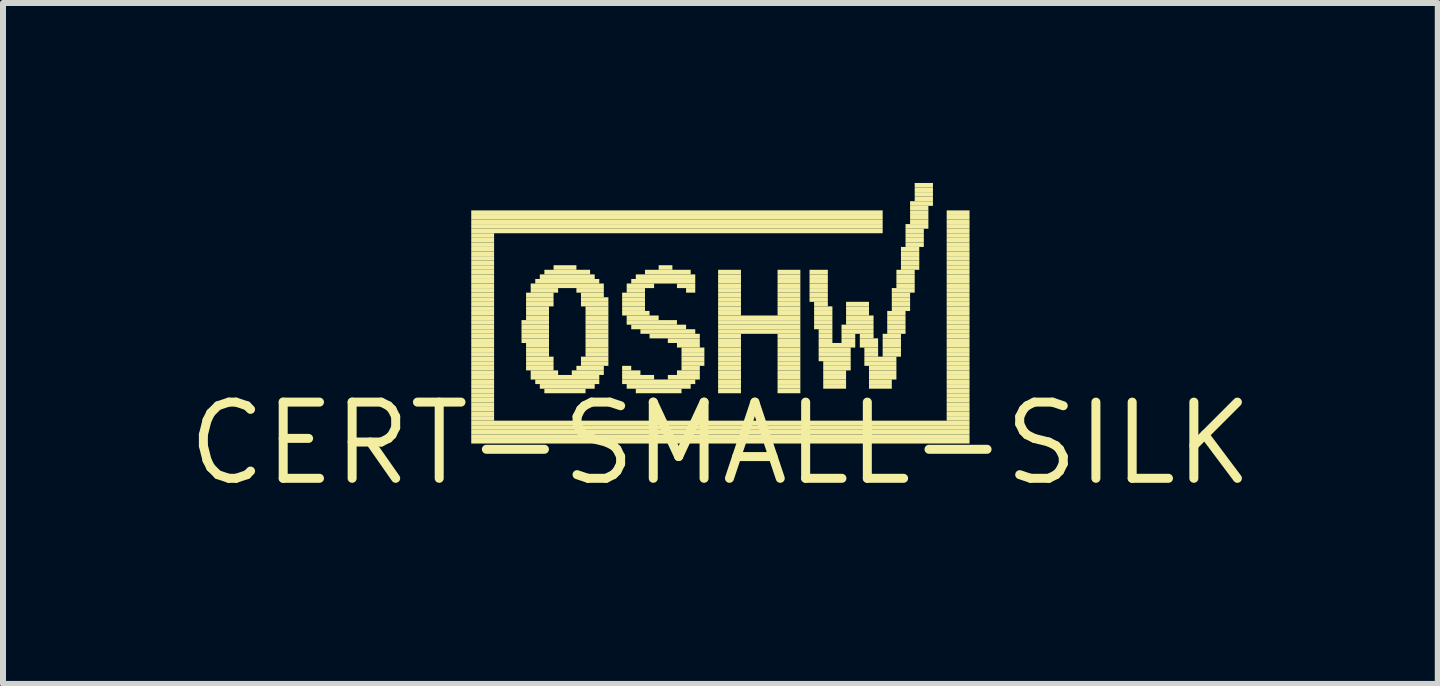
<source format=kicad_pcb>
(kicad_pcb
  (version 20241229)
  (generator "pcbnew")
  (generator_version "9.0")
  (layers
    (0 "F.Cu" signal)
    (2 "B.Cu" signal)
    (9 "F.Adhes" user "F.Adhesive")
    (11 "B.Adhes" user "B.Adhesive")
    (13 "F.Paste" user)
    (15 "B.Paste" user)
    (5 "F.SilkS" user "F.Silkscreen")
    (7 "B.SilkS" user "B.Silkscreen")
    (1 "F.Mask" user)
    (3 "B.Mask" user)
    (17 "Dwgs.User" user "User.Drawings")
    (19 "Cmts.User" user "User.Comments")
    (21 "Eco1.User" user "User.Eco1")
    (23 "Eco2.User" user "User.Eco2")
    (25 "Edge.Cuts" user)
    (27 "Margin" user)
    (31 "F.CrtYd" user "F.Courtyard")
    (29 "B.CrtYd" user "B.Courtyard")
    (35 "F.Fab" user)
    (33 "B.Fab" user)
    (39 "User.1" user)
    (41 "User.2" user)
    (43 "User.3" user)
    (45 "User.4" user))
  (footprint "CERT-SMALL-SILK"
    (layer "F.Cu")
    (at 8.958 4.343)
    (property "Reference" "CERT-SMALL-SILK" (at 0 0 0) (layer "F.SilkS") (effects (font (size 1.27 1.27) (thickness 0.15))))
    (attr through_hole)
    (fp_poly (pts (xy -4.153 -3.81) (xy 2.705 -3.81) (xy 2.705 -3.886) (xy -4.153 -3.886)) (stroke (width 0) (type solid)) (fill yes) (layer "F.SilkS"))
    (fp_poly (pts (xy -4.153 -3.734) (xy 2.705 -3.734) (xy 2.705 -3.81) (xy -4.153 -3.81)) (stroke (width 0) (type solid)) (fill yes) (layer "F.SilkS"))
    (fp_poly (pts (xy -4.153 -3.658) (xy 2.705 -3.658) (xy 2.705 -3.734) (xy -4.153 -3.734)) (stroke (width 0) (type solid)) (fill yes) (layer "F.SilkS"))
    (fp_poly (pts (xy -4.153 -3.581) (xy 2.705 -3.581) (xy 2.705 -3.658) (xy -4.153 -3.658)) (stroke (width 0) (type solid)) (fill yes) (layer "F.SilkS"))
    (fp_poly (pts (xy -4.153 -3.505) (xy 2.705 -3.505) (xy 2.705 -3.581) (xy -4.153 -3.581)) (stroke (width 0) (type solid)) (fill yes) (layer "F.SilkS"))
    (fp_poly (pts (xy -4.153 -3.429) (xy -3.772 -3.429) (xy -3.772 -3.505) (xy -4.153 -3.505)) (stroke (width 0) (type solid)) (fill yes) (layer "F.SilkS"))
    (fp_poly (pts (xy -4.153 -3.353) (xy -3.772 -3.353) (xy -3.772 -3.429) (xy -4.153 -3.429)) (stroke (width 0) (type solid)) (fill yes) (layer "F.SilkS"))
    (fp_poly (pts (xy -4.153 -3.277) (xy -3.772 -3.277) (xy -3.772 -3.353) (xy -4.153 -3.353)) (stroke (width 0) (type solid)) (fill yes) (layer "F.SilkS"))
    (fp_poly (pts (xy -4.153 -3.2) (xy -3.772 -3.2) (xy -3.772 -3.277) (xy -4.153 -3.277)) (stroke (width 0) (type solid)) (fill yes) (layer "F.SilkS"))
    (fp_poly (pts (xy -4.153 -3.124) (xy -3.772 -3.124) (xy -3.772 -3.2) (xy -4.153 -3.2)) (stroke (width 0) (type solid)) (fill yes) (layer "F.SilkS"))
    (fp_poly (pts (xy -4.153 -3.048) (xy -3.772 -3.048) (xy -3.772 -3.124) (xy -4.153 -3.124)) (stroke (width 0) (type solid)) (fill yes) (layer "F.SilkS"))
    (fp_poly (pts (xy -4.153 -2.972) (xy -3.772 -2.972) (xy -3.772 -3.048) (xy -4.153 -3.048)) (stroke (width 0) (type solid)) (fill yes) (layer "F.SilkS"))
    (fp_poly (pts (xy -4.153 -2.896) (xy -3.772 -2.896) (xy -3.772 -2.972) (xy -4.153 -2.972)) (stroke (width 0) (type solid)) (fill yes) (layer "F.SilkS"))
    (fp_poly (pts (xy -4.153 -2.819) (xy -3.772 -2.819) (xy -3.772 -2.896) (xy -4.153 -2.896)) (stroke (width 0) (type solid)) (fill yes) (layer "F.SilkS"))
    (fp_poly (pts (xy -4.153 -2.743) (xy -3.772 -2.743) (xy -3.772 -2.819) (xy -4.153 -2.819)) (stroke (width 0) (type solid)) (fill yes) (layer "F.SilkS"))
    (fp_poly (pts (xy -4.153 -2.667) (xy -3.772 -2.667) (xy -3.772 -2.743) (xy -4.153 -2.743)) (stroke (width 0) (type solid)) (fill yes) (layer "F.SilkS"))
    (fp_poly (pts (xy -4.153 -2.591) (xy -3.772 -2.591) (xy -3.772 -2.667) (xy -4.153 -2.667)) (stroke (width 0) (type solid)) (fill yes) (layer "F.SilkS"))
    (fp_poly (pts (xy -4.153 -2.515) (xy -3.772 -2.515) (xy -3.772 -2.591) (xy -4.153 -2.591)) (stroke (width 0) (type solid)) (fill yes) (layer "F.SilkS"))
    (fp_poly (pts (xy -4.153 -2.438) (xy -3.772 -2.438) (xy -3.772 -2.515) (xy -4.153 -2.515)) (stroke (width 0) (type solid)) (fill yes) (layer "F.SilkS"))
    (fp_poly (pts (xy -4.153 -2.362) (xy -3.772 -2.362) (xy -3.772 -2.438) (xy -4.153 -2.438)) (stroke (width 0) (type solid)) (fill yes) (layer "F.SilkS"))
    (fp_poly (pts (xy -4.153 -2.286) (xy -3.772 -2.286) (xy -3.772 -2.362) (xy -4.153 -2.362)) (stroke (width 0) (type solid)) (fill yes) (layer "F.SilkS"))
    (fp_poly (pts (xy -4.153 -2.21) (xy -3.772 -2.21) (xy -3.772 -2.286) (xy -4.153 -2.286)) (stroke (width 0) (type solid)) (fill yes) (layer "F.SilkS"))
    (fp_poly (pts (xy -4.153 -2.134) (xy -3.772 -2.134) (xy -3.772 -2.21) (xy -4.153 -2.21)) (stroke (width 0) (type solid)) (fill yes) (layer "F.SilkS"))
    (fp_poly (pts (xy -4.153 -2.057) (xy -3.772 -2.057) (xy -3.772 -2.134) (xy -4.153 -2.134)) (stroke (width 0) (type solid)) (fill yes) (layer "F.SilkS"))
    (fp_poly (pts (xy -4.153 -1.981) (xy -3.772 -1.981) (xy -3.772 -2.057) (xy -4.153 -2.057)) (stroke (width 0) (type solid)) (fill yes) (layer "F.SilkS"))
    (fp_poly (pts (xy -4.153 -1.905) (xy -3.772 -1.905) (xy -3.772 -1.981) (xy -4.153 -1.981)) (stroke (width 0) (type solid)) (fill yes) (layer "F.SilkS"))
    (fp_poly (pts (xy -4.153 -1.829) (xy -3.772 -1.829) (xy -3.772 -1.905) (xy -4.153 -1.905)) (stroke (width 0) (type solid)) (fill yes) (layer "F.SilkS"))
    (fp_poly (pts (xy -4.153 -1.753) (xy -3.772 -1.753) (xy -3.772 -1.829) (xy -4.153 -1.829)) (stroke (width 0) (type solid)) (fill yes) (layer "F.SilkS"))
    (fp_poly (pts (xy -4.153 -1.676) (xy -3.772 -1.676) (xy -3.772 -1.753) (xy -4.153 -1.753)) (stroke (width 0) (type solid)) (fill yes) (layer "F.SilkS"))
    (fp_poly (pts (xy -4.153 -1.6) (xy -3.772 -1.6) (xy -3.772 -1.676) (xy -4.153 -1.676)) (stroke (width 0) (type solid)) (fill yes) (layer "F.SilkS"))
    (fp_poly (pts (xy -4.153 -1.524) (xy -3.772 -1.524) (xy -3.772 -1.6) (xy -4.153 -1.6)) (stroke (width 0) (type solid)) (fill yes) (layer "F.SilkS"))
    (fp_poly (pts (xy -4.153 -1.448) (xy -3.772 -1.448) (xy -3.772 -1.524) (xy -4.153 -1.524)) (stroke (width 0) (type solid)) (fill yes) (layer "F.SilkS"))
    (fp_poly (pts (xy -4.153 -1.372) (xy -3.772 -1.372) (xy -3.772 -1.448) (xy -4.153 -1.448)) (stroke (width 0) (type solid)) (fill yes) (layer "F.SilkS"))
    (fp_poly (pts (xy -4.153 -1.295) (xy -3.772 -1.295) (xy -3.772 -1.372) (xy -4.153 -1.372)) (stroke (width 0) (type solid)) (fill yes) (layer "F.SilkS"))
    (fp_poly (pts (xy -4.153 -1.219) (xy -3.772 -1.219) (xy -3.772 -1.295) (xy -4.153 -1.295)) (stroke (width 0) (type solid)) (fill yes) (layer "F.SilkS"))
    (fp_poly (pts (xy -4.153 -1.143) (xy -3.772 -1.143) (xy -3.772 -1.219) (xy -4.153 -1.219)) (stroke (width 0) (type solid)) (fill yes) (layer "F.SilkS"))
    (fp_poly (pts (xy -4.153 -1.067) (xy -3.772 -1.067) (xy -3.772 -1.143) (xy -4.153 -1.143)) (stroke (width 0) (type solid)) (fill yes) (layer "F.SilkS"))
    (fp_poly (pts (xy -4.153 -0.991) (xy -3.772 -0.991) (xy -3.772 -1.067) (xy -4.153 -1.067)) (stroke (width 0) (type solid)) (fill yes) (layer "F.SilkS"))
    (fp_poly (pts (xy -4.153 -0.914) (xy -3.772 -0.914) (xy -3.772 -0.991) (xy -4.153 -0.991)) (stroke (width 0) (type solid)) (fill yes) (layer "F.SilkS"))
    (fp_poly (pts (xy -4.153 -0.838) (xy -3.772 -0.838) (xy -3.772 -0.914) (xy -4.153 -0.914)) (stroke (width 0) (type solid)) (fill yes) (layer "F.SilkS"))
    (fp_poly (pts (xy -4.153 -0.762) (xy -3.772 -0.762) (xy -3.772 -0.838) (xy -4.153 -0.838)) (stroke (width 0) (type solid)) (fill yes) (layer "F.SilkS"))
    (fp_poly (pts (xy -4.153 -0.686) (xy -3.772 -0.686) (xy -3.772 -0.762) (xy -4.153 -0.762)) (stroke (width 0) (type solid)) (fill yes) (layer "F.SilkS"))
    (fp_poly (pts (xy -4.153 -0.61) (xy -3.772 -0.61) (xy -3.772 -0.686) (xy -4.153 -0.686)) (stroke (width 0) (type solid)) (fill yes) (layer "F.SilkS"))
    (fp_poly (pts (xy -4.153 -0.533) (xy -3.772 -0.533) (xy -3.772 -0.61) (xy -4.153 -0.61)) (stroke (width 0) (type solid)) (fill yes) (layer "F.SilkS"))
    (fp_poly (pts (xy -4.153 -0.457) (xy -3.772 -0.457) (xy -3.772 -0.533) (xy -4.153 -0.533)) (stroke (width 0) (type solid)) (fill yes) (layer "F.SilkS"))
    (fp_poly (pts (xy -4.153 -0.381) (xy -3.772 -0.381) (xy -3.772 -0.457) (xy -4.153 -0.457)) (stroke (width 0) (type solid)) (fill yes) (layer "F.SilkS"))
    (fp_poly (pts (xy -4.153 -0.305) (xy 4.153 -0.305) (xy 4.153 -0.381) (xy -4.153 -0.381)) (stroke (width 0) (type solid)) (fill yes) (layer "F.SilkS"))
    (fp_poly (pts (xy -4.153 -0.229) (xy 4.153 -0.229) (xy 4.153 -0.305) (xy -4.153 -0.305)) (stroke (width 0) (type solid)) (fill yes) (layer "F.SilkS"))
    (fp_poly (pts (xy -4.153 -0.152) (xy 4.153 -0.152) (xy 4.153 -0.229) (xy -4.153 -0.229)) (stroke (width 0) (type solid)) (fill yes) (layer "F.SilkS"))
    (fp_poly (pts (xy -4.153 -0.076) (xy 4.153 -0.076) (xy 4.153 -0.152) (xy -4.153 -0.152)) (stroke (width 0) (type solid)) (fill yes) (layer "F.SilkS"))
    (fp_poly (pts (xy -4.153 0) (xy 4.153 0) (xy 4.153 -0.076) (xy -4.153 -0.076)) (stroke (width 0) (type solid)) (fill yes) (layer "F.SilkS"))
    (fp_poly (pts (xy -3.315 -1.981) (xy -2.857 -1.981) (xy -2.857 -2.057) (xy -3.315 -2.057)) (stroke (width 0) (type solid)) (fill yes) (layer "F.SilkS"))
    (fp_poly (pts (xy -3.315 -1.905) (xy -2.857 -1.905) (xy -2.857 -1.981) (xy -3.315 -1.981)) (stroke (width 0) (type solid)) (fill yes) (layer "F.SilkS"))
    (fp_poly (pts (xy -3.315 -1.829) (xy -2.857 -1.829) (xy -2.857 -1.905) (xy -3.315 -1.905)) (stroke (width 0) (type solid)) (fill yes) (layer "F.SilkS"))
    (fp_poly (pts (xy -3.315 -1.753) (xy -2.857 -1.753) (xy -2.857 -1.829) (xy -3.315 -1.829)) (stroke (width 0) (type solid)) (fill yes) (layer "F.SilkS"))
    (fp_poly (pts (xy -3.315 -1.676) (xy -2.857 -1.676) (xy -2.857 -1.753) (xy -3.315 -1.753)) (stroke (width 0) (type solid)) (fill yes) (layer "F.SilkS"))
    (fp_poly (pts (xy -3.239 -2.438) (xy -2.781 -2.438) (xy -2.781 -2.515) (xy -3.239 -2.515)) (stroke (width 0) (type solid)) (fill yes) (layer "F.SilkS"))
    (fp_poly (pts (xy -3.239 -2.362) (xy -2.781 -2.362) (xy -2.781 -2.438) (xy -3.239 -2.438)) (stroke (width 0) (type solid)) (fill yes) (layer "F.SilkS"))
    (fp_poly (pts (xy -3.239 -2.286) (xy -2.781 -2.286) (xy -2.781 -2.362) (xy -3.239 -2.362)) (stroke (width 0) (type solid)) (fill yes) (layer "F.SilkS"))
    (fp_poly (pts (xy -3.239 -2.21) (xy -2.857 -2.21) (xy -2.857 -2.286) (xy -3.239 -2.286)) (stroke (width 0) (type solid)) (fill yes) (layer "F.SilkS"))
    (fp_poly (pts (xy -3.239 -2.134) (xy -2.857 -2.134) (xy -2.857 -2.21) (xy -3.239 -2.21)) (stroke (width 0) (type solid)) (fill yes) (layer "F.SilkS"))
    (fp_poly (pts (xy -3.239 -2.057) (xy -2.857 -2.057) (xy -2.857 -2.134) (xy -3.239 -2.134)) (stroke (width 0) (type solid)) (fill yes) (layer "F.SilkS"))
    (fp_poly (pts (xy -3.239 -1.6) (xy -2.857 -1.6) (xy -2.857 -1.676) (xy -3.239 -1.676)) (stroke (width 0) (type solid)) (fill yes) (layer "F.SilkS"))
    (fp_poly (pts (xy -3.239 -1.524) (xy -2.857 -1.524) (xy -2.857 -1.6) (xy -3.239 -1.6)) (stroke (width 0) (type solid)) (fill yes) (layer "F.SilkS"))
    (fp_poly (pts (xy -3.239 -1.448) (xy -2.857 -1.448) (xy -2.857 -1.524) (xy -3.239 -1.524)) (stroke (width 0) (type solid)) (fill yes) (layer "F.SilkS"))
    (fp_poly (pts (xy -3.239 -1.372) (xy -2.781 -1.372) (xy -2.781 -1.448) (xy -3.239 -1.448)) (stroke (width 0) (type solid)) (fill yes) (layer "F.SilkS"))
    (fp_poly (pts (xy -3.239 -1.295) (xy -2.781 -1.295) (xy -2.781 -1.372) (xy -3.239 -1.372)) (stroke (width 0) (type solid)) (fill yes) (layer "F.SilkS"))
    (fp_poly (pts (xy -3.239 -1.219) (xy -2.781 -1.219) (xy -2.781 -1.295) (xy -3.239 -1.295)) (stroke (width 0) (type solid)) (fill yes) (layer "F.SilkS"))
    (fp_poly (pts (xy -3.162 -2.591) (xy -1.943 -2.591) (xy -1.943 -2.667) (xy -3.162 -2.667)) (stroke (width 0) (type solid)) (fill yes) (layer "F.SilkS"))
    (fp_poly (pts (xy -3.162 -2.515) (xy -2.705 -2.515) (xy -2.705 -2.591) (xy -3.162 -2.591)) (stroke (width 0) (type solid)) (fill yes) (layer "F.SilkS"))
    (fp_poly (pts (xy -3.162 -1.143) (xy -2.705 -1.143) (xy -2.705 -1.219) (xy -3.162 -1.219)) (stroke (width 0) (type solid)) (fill yes) (layer "F.SilkS"))
    (fp_poly (pts (xy -3.162 -1.067) (xy -2.019 -1.067) (xy -2.019 -1.143) (xy -3.162 -1.143)) (stroke (width 0) (type solid)) (fill yes) (layer "F.SilkS"))
    (fp_poly (pts (xy -3.086 -2.667) (xy -2.019 -2.667) (xy -2.019 -2.743) (xy -3.086 -2.743)) (stroke (width 0) (type solid)) (fill yes) (layer "F.SilkS"))
    (fp_poly (pts (xy -3.086 -0.991) (xy -2.019 -0.991) (xy -2.019 -1.067) (xy -3.086 -1.067)) (stroke (width 0) (type solid)) (fill yes) (layer "F.SilkS"))
    (fp_poly (pts (xy -3.01 -2.743) (xy -2.095 -2.743) (xy -2.095 -2.819) (xy -3.01 -2.819)) (stroke (width 0) (type solid)) (fill yes) (layer "F.SilkS"))
    (fp_poly (pts (xy -3.01 -0.914) (xy -2.095 -0.914) (xy -2.095 -0.991) (xy -3.01 -0.991)) (stroke (width 0) (type solid)) (fill yes) (layer "F.SilkS"))
    (fp_poly (pts (xy -2.934 -2.819) (xy -2.172 -2.819) (xy -2.172 -2.896) (xy -2.934 -2.896)) (stroke (width 0) (type solid)) (fill yes) (layer "F.SilkS"))
    (fp_poly (pts (xy -2.934 -0.838) (xy -2.248 -0.838) (xy -2.248 -0.914) (xy -2.934 -0.914)) (stroke (width 0) (type solid)) (fill yes) (layer "F.SilkS"))
    (fp_poly (pts (xy -2.781 -2.896) (xy -2.4 -2.896) (xy -2.4 -2.972) (xy -2.781 -2.972)) (stroke (width 0) (type solid)) (fill yes) (layer "F.SilkS"))
    (fp_poly (pts (xy -2.477 -1.143) (xy -1.943 -1.143) (xy -1.943 -1.219) (xy -2.477 -1.219)) (stroke (width 0) (type solid)) (fill yes) (layer "F.SilkS"))
    (fp_poly (pts (xy -2.4 -2.515) (xy -1.943 -2.515) (xy -1.943 -2.591) (xy -2.4 -2.591)) (stroke (width 0) (type solid)) (fill yes) (layer "F.SilkS"))
    (fp_poly (pts (xy -2.4 -1.219) (xy -1.943 -1.219) (xy -1.943 -1.295) (xy -2.4 -1.295)) (stroke (width 0) (type solid)) (fill yes) (layer "F.SilkS"))
    (fp_poly (pts (xy -2.324 -2.438) (xy -1.943 -2.438) (xy -1.943 -2.515) (xy -2.324 -2.515)) (stroke (width 0) (type solid)) (fill yes) (layer "F.SilkS"))
    (fp_poly (pts (xy -2.324 -2.362) (xy -1.867 -2.362) (xy -1.867 -2.438) (xy -2.324 -2.438)) (stroke (width 0) (type solid)) (fill yes) (layer "F.SilkS"))
    (fp_poly (pts (xy -2.324 -2.286) (xy -1.867 -2.286) (xy -1.867 -2.362) (xy -2.324 -2.362)) (stroke (width 0) (type solid)) (fill yes) (layer "F.SilkS"))
    (fp_poly (pts (xy -2.324 -1.372) (xy -1.867 -1.372) (xy -1.867 -1.448) (xy -2.324 -1.448)) (stroke (width 0) (type solid)) (fill yes) (layer "F.SilkS"))
    (fp_poly (pts (xy -2.324 -1.295) (xy -1.867 -1.295) (xy -1.867 -1.372) (xy -2.324 -1.372)) (stroke (width 0) (type solid)) (fill yes) (layer "F.SilkS"))
    (fp_poly (pts (xy -2.248 -2.21) (xy -1.867 -2.21) (xy -1.867 -2.286) (xy -2.248 -2.286)) (stroke (width 0) (type solid)) (fill yes) (layer "F.SilkS"))
    (fp_poly (pts (xy -2.248 -2.134) (xy -1.867 -2.134) (xy -1.867 -2.21) (xy -2.248 -2.21)) (stroke (width 0) (type solid)) (fill yes) (layer "F.SilkS"))
    (fp_poly (pts (xy -2.248 -2.057) (xy -1.867 -2.057) (xy -1.867 -2.134) (xy -2.248 -2.134)) (stroke (width 0) (type solid)) (fill yes) (layer "F.SilkS"))
    (fp_poly (pts (xy -2.248 -1.981) (xy -1.867 -1.981) (xy -1.867 -2.057) (xy -2.248 -2.057)) (stroke (width 0) (type solid)) (fill yes) (layer "F.SilkS"))
    (fp_poly (pts (xy -2.248 -1.905) (xy -1.867 -1.905) (xy -1.867 -1.981) (xy -2.248 -1.981)) (stroke (width 0) (type solid)) (fill yes) (layer "F.SilkS"))
    (fp_poly (pts (xy -2.248 -1.829) (xy -1.867 -1.829) (xy -1.867 -1.905) (xy -2.248 -1.905)) (stroke (width 0) (type solid)) (fill yes) (layer "F.SilkS"))
    (fp_poly (pts (xy -2.248 -1.753) (xy -1.867 -1.753) (xy -1.867 -1.829) (xy -2.248 -1.829)) (stroke (width 0) (type solid)) (fill yes) (layer "F.SilkS"))
    (fp_poly (pts (xy -2.248 -1.676) (xy -1.867 -1.676) (xy -1.867 -1.753) (xy -2.248 -1.753)) (stroke (width 0) (type solid)) (fill yes) (layer "F.SilkS"))
    (fp_poly (pts (xy -2.248 -1.6) (xy -1.867 -1.6) (xy -1.867 -1.676) (xy -2.248 -1.676)) (stroke (width 0) (type solid)) (fill yes) (layer "F.SilkS"))
    (fp_poly (pts (xy -2.248 -1.524) (xy -1.867 -1.524) (xy -1.867 -1.6) (xy -2.248 -1.6)) (stroke (width 0) (type solid)) (fill yes) (layer "F.SilkS"))
    (fp_poly (pts (xy -2.248 -1.448) (xy -1.867 -1.448) (xy -1.867 -1.524) (xy -2.248 -1.524)) (stroke (width 0) (type solid)) (fill yes) (layer "F.SilkS"))
    (fp_poly (pts (xy -1.638 -2.438) (xy -1.257 -2.438) (xy -1.257 -2.515) (xy -1.638 -2.515)) (stroke (width 0) (type solid)) (fill yes) (layer "F.SilkS"))
    (fp_poly (pts (xy -1.638 -2.362) (xy -1.257 -2.362) (xy -1.257 -2.438) (xy -1.638 -2.438)) (stroke (width 0) (type solid)) (fill yes) (layer "F.SilkS"))
    (fp_poly (pts (xy -1.638 -2.286) (xy -1.257 -2.286) (xy -1.257 -2.362) (xy -1.638 -2.362)) (stroke (width 0) (type solid)) (fill yes) (layer "F.SilkS"))
    (fp_poly (pts (xy -1.638 -2.21) (xy -1.257 -2.21) (xy -1.257 -2.286) (xy -1.638 -2.286)) (stroke (width 0) (type solid)) (fill yes) (layer "F.SilkS"))
    (fp_poly (pts (xy -1.638 -2.134) (xy -1.181 -2.134) (xy -1.181 -2.21) (xy -1.638 -2.21)) (stroke (width 0) (type solid)) (fill yes) (layer "F.SilkS"))
    (fp_poly (pts (xy -1.638 -1.219) (xy -1.486 -1.219) (xy -1.486 -1.295) (xy -1.638 -1.295)) (stroke (width 0) (type solid)) (fill yes) (layer "F.SilkS"))
    (fp_poly (pts (xy -1.638 -1.143) (xy -1.333 -1.143) (xy -1.333 -1.219) (xy -1.638 -1.219)) (stroke (width 0) (type solid)) (fill yes) (layer "F.SilkS"))
    (fp_poly (pts (xy -1.638 -1.067) (xy -1.105 -1.067) (xy -1.105 -1.143) (xy -1.638 -1.143)) (stroke (width 0) (type solid)) (fill yes) (layer "F.SilkS"))
    (fp_poly (pts (xy -1.638 -0.991) (xy -0.419 -0.991) (xy -0.419 -1.067) (xy -1.638 -1.067)) (stroke (width 0) (type solid)) (fill yes) (layer "F.SilkS"))
    (fp_poly (pts (xy -1.562 -2.591) (xy -1.105 -2.591) (xy -1.105 -2.667) (xy -1.562 -2.667)) (stroke (width 0) (type solid)) (fill yes) (layer "F.SilkS"))
    (fp_poly (pts (xy -1.562 -2.515) (xy -1.257 -2.515) (xy -1.257 -2.591) (xy -1.562 -2.591)) (stroke (width 0) (type solid)) (fill yes) (layer "F.SilkS"))
    (fp_poly (pts (xy -1.562 -2.057) (xy -1.029 -2.057) (xy -1.029 -2.134) (xy -1.562 -2.134)) (stroke (width 0) (type solid)) (fill yes) (layer "F.SilkS"))
    (fp_poly (pts (xy -1.562 -1.981) (xy -0.724 -1.981) (xy -0.724 -2.057) (xy -1.562 -2.057)) (stroke (width 0) (type solid)) (fill yes) (layer "F.SilkS"))
    (fp_poly (pts (xy -1.562 -0.914) (xy -0.495 -0.914) (xy -0.495 -0.991) (xy -1.562 -0.991)) (stroke (width 0) (type solid)) (fill yes) (layer "F.SilkS"))
    (fp_poly (pts (xy -1.486 -2.667) (xy -0.419 -2.667) (xy -0.419 -2.743) (xy -1.486 -2.743)) (stroke (width 0) (type solid)) (fill yes) (layer "F.SilkS"))
    (fp_poly (pts (xy -1.486 -1.905) (xy -0.572 -1.905) (xy -0.572 -1.981) (xy -1.486 -1.981)) (stroke (width 0) (type solid)) (fill yes) (layer "F.SilkS"))
    (fp_poly (pts (xy -1.41 -2.743) (xy -0.419 -2.743) (xy -0.419 -2.819) (xy -1.41 -2.819)) (stroke (width 0) (type solid)) (fill yes) (layer "F.SilkS"))
    (fp_poly (pts (xy -1.41 -0.838) (xy -0.648 -0.838) (xy -0.648 -0.914) (xy -1.41 -0.914)) (stroke (width 0) (type solid)) (fill yes) (layer "F.SilkS"))
    (fp_poly (pts (xy -1.333 -1.829) (xy -0.419 -1.829) (xy -0.419 -1.905) (xy -1.333 -1.905)) (stroke (width 0) (type solid)) (fill yes) (layer "F.SilkS"))
    (fp_poly (pts (xy -1.257 -2.819) (xy -0.495 -2.819) (xy -0.495 -2.896) (xy -1.257 -2.896)) (stroke (width 0) (type solid)) (fill yes) (layer "F.SilkS"))
    (fp_poly (pts (xy -1.181 -1.753) (xy -0.343 -1.753) (xy -0.343 -1.829) (xy -1.181 -1.829)) (stroke (width 0) (type solid)) (fill yes) (layer "F.SilkS"))
    (fp_poly (pts (xy -1.029 -2.896) (xy -0.8 -2.896) (xy -0.8 -2.972) (xy -1.029 -2.972)) (stroke (width 0) (type solid)) (fill yes) (layer "F.SilkS"))
    (fp_poly (pts (xy -0.876 -1.676) (xy -0.343 -1.676) (xy -0.343 -1.753) (xy -0.876 -1.753)) (stroke (width 0) (type solid)) (fill yes) (layer "F.SilkS"))
    (fp_poly (pts (xy -0.876 -1.067) (xy -0.343 -1.067) (xy -0.343 -1.143) (xy -0.876 -1.143)) (stroke (width 0) (type solid)) (fill yes) (layer "F.SilkS"))
    (fp_poly (pts (xy -0.724 -2.591) (xy -0.419 -2.591) (xy -0.419 -2.667) (xy -0.724 -2.667)) (stroke (width 0) (type solid)) (fill yes) (layer "F.SilkS"))
    (fp_poly (pts (xy -0.724 -1.6) (xy -0.343 -1.6) (xy -0.343 -1.676) (xy -0.724 -1.676)) (stroke (width 0) (type solid)) (fill yes) (layer "F.SilkS"))
    (fp_poly (pts (xy -0.724 -1.143) (xy -0.343 -1.143) (xy -0.343 -1.219) (xy -0.724 -1.219)) (stroke (width 0) (type solid)) (fill yes) (layer "F.SilkS"))
    (fp_poly (pts (xy -0.648 -1.524) (xy -0.267 -1.524) (xy -0.267 -1.6) (xy -0.648 -1.6)) (stroke (width 0) (type solid)) (fill yes) (layer "F.SilkS"))
    (fp_poly (pts (xy -0.648 -1.448) (xy -0.267 -1.448) (xy -0.267 -1.524) (xy -0.648 -1.524)) (stroke (width 0) (type solid)) (fill yes) (layer "F.SilkS"))
    (fp_poly (pts (xy -0.648 -1.372) (xy -0.267 -1.372) (xy -0.267 -1.448) (xy -0.648 -1.448)) (stroke (width 0) (type solid)) (fill yes) (layer "F.SilkS"))
    (fp_poly (pts (xy -0.648 -1.295) (xy -0.267 -1.295) (xy -0.267 -1.372) (xy -0.648 -1.372)) (stroke (width 0) (type solid)) (fill yes) (layer "F.SilkS"))
    (fp_poly (pts (xy -0.648 -1.219) (xy -0.343 -1.219) (xy -0.343 -1.295) (xy -0.648 -1.295)) (stroke (width 0) (type solid)) (fill yes) (layer "F.SilkS"))
    (fp_poly (pts (xy -0.572 -2.515) (xy -0.419 -2.515) (xy -0.419 -2.591) (xy -0.572 -2.591)) (stroke (width 0) (type solid)) (fill yes) (layer "F.SilkS"))
    (fp_poly (pts (xy -0.038 -2.819) (xy 0.343 -2.819) (xy 0.343 -2.896) (xy -0.038 -2.896)) (stroke (width 0) (type solid)) (fill yes) (layer "F.SilkS"))
    (fp_poly (pts (xy -0.038 -2.743) (xy 0.343 -2.743) (xy 0.343 -2.819) (xy -0.038 -2.819)) (stroke (width 0) (type solid)) (fill yes) (layer "F.SilkS"))
    (fp_poly (pts (xy -0.038 -2.667) (xy 0.343 -2.667) (xy 0.343 -2.743) (xy -0.038 -2.743)) (stroke (width 0) (type solid)) (fill yes) (layer "F.SilkS"))
    (fp_poly (pts (xy -0.038 -2.591) (xy 0.343 -2.591) (xy 0.343 -2.667) (xy -0.038 -2.667)) (stroke (width 0) (type solid)) (fill yes) (layer "F.SilkS"))
    (fp_poly (pts (xy -0.038 -2.515) (xy 0.343 -2.515) (xy 0.343 -2.591) (xy -0.038 -2.591)) (stroke (width 0) (type solid)) (fill yes) (layer "F.SilkS"))
    (fp_poly (pts (xy -0.038 -2.438) (xy 0.343 -2.438) (xy 0.343 -2.515) (xy -0.038 -2.515)) (stroke (width 0) (type solid)) (fill yes) (layer "F.SilkS"))
    (fp_poly (pts (xy -0.038 -2.362) (xy 0.343 -2.362) (xy 0.343 -2.438) (xy -0.038 -2.438)) (stroke (width 0) (type solid)) (fill yes) (layer "F.SilkS"))
    (fp_poly (pts (xy -0.038 -2.286) (xy 0.343 -2.286) (xy 0.343 -2.362) (xy -0.038 -2.362)) (stroke (width 0) (type solid)) (fill yes) (layer "F.SilkS"))
    (fp_poly (pts (xy -0.038 -2.21) (xy 0.343 -2.21) (xy 0.343 -2.286) (xy -0.038 -2.286)) (stroke (width 0) (type solid)) (fill yes) (layer "F.SilkS"))
    (fp_poly (pts (xy -0.038 -2.134) (xy 0.343 -2.134) (xy 0.343 -2.21) (xy -0.038 -2.21)) (stroke (width 0) (type solid)) (fill yes) (layer "F.SilkS"))
    (fp_poly (pts (xy -0.038 -2.057) (xy 1.333 -2.057) (xy 1.333 -2.134) (xy -0.038 -2.134)) (stroke (width 0) (type solid)) (fill yes) (layer "F.SilkS"))
    (fp_poly (pts (xy -0.038 -1.981) (xy 1.333 -1.981) (xy 1.333 -2.057) (xy -0.038 -2.057)) (stroke (width 0) (type solid)) (fill yes) (layer "F.SilkS"))
    (fp_poly (pts (xy -0.038 -1.905) (xy 1.333 -1.905) (xy 1.333 -1.981) (xy -0.038 -1.981)) (stroke (width 0) (type solid)) (fill yes) (layer "F.SilkS"))
    (fp_poly (pts (xy -0.038 -1.829) (xy 1.333 -1.829) (xy 1.333 -1.905) (xy -0.038 -1.905)) (stroke (width 0) (type solid)) (fill yes) (layer "F.SilkS"))
    (fp_poly (pts (xy -0.038 -1.753) (xy 0.343 -1.753) (xy 0.343 -1.829) (xy -0.038 -1.829)) (stroke (width 0) (type solid)) (fill yes) (layer "F.SilkS"))
    (fp_poly (pts (xy -0.038 -1.676) (xy 0.343 -1.676) (xy 0.343 -1.753) (xy -0.038 -1.753)) (stroke (width 0) (type solid)) (fill yes) (layer "F.SilkS"))
    (fp_poly (pts (xy -0.038 -1.6) (xy 0.343 -1.6) (xy 0.343 -1.676) (xy -0.038 -1.676)) (stroke (width 0) (type solid)) (fill yes) (layer "F.SilkS"))
    (fp_poly (pts (xy -0.038 -1.524) (xy 0.343 -1.524) (xy 0.343 -1.6) (xy -0.038 -1.6)) (stroke (width 0) (type solid)) (fill yes) (layer "F.SilkS"))
    (fp_poly (pts (xy -0.038 -1.448) (xy 0.343 -1.448) (xy 0.343 -1.524) (xy -0.038 -1.524)) (stroke (width 0) (type solid)) (fill yes) (layer "F.SilkS"))
    (fp_poly (pts (xy -0.038 -1.372) (xy 0.343 -1.372) (xy 0.343 -1.448) (xy -0.038 -1.448)) (stroke (width 0) (type solid)) (fill yes) (layer "F.SilkS"))
    (fp_poly (pts (xy -0.038 -1.295) (xy 0.343 -1.295) (xy 0.343 -1.372) (xy -0.038 -1.372)) (stroke (width 0) (type solid)) (fill yes) (layer "F.SilkS"))
    (fp_poly (pts (xy -0.038 -1.219) (xy 0.343 -1.219) (xy 0.343 -1.295) (xy -0.038 -1.295)) (stroke (width 0) (type solid)) (fill yes) (layer "F.SilkS"))
    (fp_poly (pts (xy -0.038 -1.143) (xy 0.343 -1.143) (xy 0.343 -1.219) (xy -0.038 -1.219)) (stroke (width 0) (type solid)) (fill yes) (layer "F.SilkS"))
    (fp_poly (pts (xy -0.038 -1.067) (xy 0.343 -1.067) (xy 0.343 -1.143) (xy -0.038 -1.143)) (stroke (width 0) (type solid)) (fill yes) (layer "F.SilkS"))
    (fp_poly (pts (xy -0.038 -0.991) (xy 0.343 -0.991) (xy 0.343 -1.067) (xy -0.038 -1.067)) (stroke (width 0) (type solid)) (fill yes) (layer "F.SilkS"))
    (fp_poly (pts (xy -0.038 -0.914) (xy 0.343 -0.914) (xy 0.343 -0.991) (xy -0.038 -0.991)) (stroke (width 0) (type solid)) (fill yes) (layer "F.SilkS"))
    (fp_poly (pts (xy -0.038 -0.838) (xy 0.343 -0.838) (xy 0.343 -0.914) (xy -0.038 -0.914)) (stroke (width 0) (type solid)) (fill yes) (layer "F.SilkS"))
    (fp_poly (pts (xy 0.953 -2.819) (xy 1.333 -2.819) (xy 1.333 -2.896) (xy 0.953 -2.896)) (stroke (width 0) (type solid)) (fill yes) (layer "F.SilkS"))
    (fp_poly (pts (xy 0.953 -2.743) (xy 1.333 -2.743) (xy 1.333 -2.819) (xy 0.953 -2.819)) (stroke (width 0) (type solid)) (fill yes) (layer "F.SilkS"))
    (fp_poly (pts (xy 0.953 -2.667) (xy 1.333 -2.667) (xy 1.333 -2.743) (xy 0.953 -2.743)) (stroke (width 0) (type solid)) (fill yes) (layer "F.SilkS"))
    (fp_poly (pts (xy 0.953 -2.591) (xy 1.333 -2.591) (xy 1.333 -2.667) (xy 0.953 -2.667)) (stroke (width 0) (type solid)) (fill yes) (layer "F.SilkS"))
    (fp_poly (pts (xy 0.953 -2.515) (xy 1.333 -2.515) (xy 1.333 -2.591) (xy 0.953 -2.591)) (stroke (width 0) (type solid)) (fill yes) (layer "F.SilkS"))
    (fp_poly (pts (xy 0.953 -2.438) (xy 1.333 -2.438) (xy 1.333 -2.515) (xy 0.953 -2.515)) (stroke (width 0) (type solid)) (fill yes) (layer "F.SilkS"))
    (fp_poly (pts (xy 0.953 -2.362) (xy 1.333 -2.362) (xy 1.333 -2.438) (xy 0.953 -2.438)) (stroke (width 0) (type solid)) (fill yes) (layer "F.SilkS"))
    (fp_poly (pts (xy 0.953 -2.286) (xy 1.333 -2.286) (xy 1.333 -2.362) (xy 0.953 -2.362)) (stroke (width 0) (type solid)) (fill yes) (layer "F.SilkS"))
    (fp_poly (pts (xy 0.953 -2.21) (xy 1.333 -2.21) (xy 1.333 -2.286) (xy 0.953 -2.286)) (stroke (width 0) (type solid)) (fill yes) (layer "F.SilkS"))
    (fp_poly (pts (xy 0.953 -2.134) (xy 1.333 -2.134) (xy 1.333 -2.21) (xy 0.953 -2.21)) (stroke (width 0) (type solid)) (fill yes) (layer "F.SilkS"))
    (fp_poly (pts (xy 0.953 -1.753) (xy 1.333 -1.753) (xy 1.333 -1.829) (xy 0.953 -1.829)) (stroke (width 0) (type solid)) (fill yes) (layer "F.SilkS"))
    (fp_poly (pts (xy 0.953 -1.676) (xy 1.333 -1.676) (xy 1.333 -1.753) (xy 0.953 -1.753)) (stroke (width 0) (type solid)) (fill yes) (layer "F.SilkS"))
    (fp_poly (pts (xy 0.953 -1.6) (xy 1.333 -1.6) (xy 1.333 -1.676) (xy 0.953 -1.676)) (stroke (width 0) (type solid)) (fill yes) (layer "F.SilkS"))
    (fp_poly (pts (xy 0.953 -1.524) (xy 1.333 -1.524) (xy 1.333 -1.6) (xy 0.953 -1.6)) (stroke (width 0) (type solid)) (fill yes) (layer "F.SilkS"))
    (fp_poly (pts (xy 0.953 -1.448) (xy 1.333 -1.448) (xy 1.333 -1.524) (xy 0.953 -1.524)) (stroke (width 0) (type solid)) (fill yes) (layer "F.SilkS"))
    (fp_poly (pts (xy 0.953 -1.372) (xy 1.333 -1.372) (xy 1.333 -1.448) (xy 0.953 -1.448)) (stroke (width 0) (type solid)) (fill yes) (layer "F.SilkS"))
    (fp_poly (pts (xy 0.953 -1.295) (xy 1.333 -1.295) (xy 1.333 -1.372) (xy 0.953 -1.372)) (stroke (width 0) (type solid)) (fill yes) (layer "F.SilkS"))
    (fp_poly (pts (xy 0.953 -1.219) (xy 1.333 -1.219) (xy 1.333 -1.295) (xy 0.953 -1.295)) (stroke (width 0) (type solid)) (fill yes) (layer "F.SilkS"))
    (fp_poly (pts (xy 0.953 -1.143) (xy 1.333 -1.143) (xy 1.333 -1.219) (xy 0.953 -1.219)) (stroke (width 0) (type solid)) (fill yes) (layer "F.SilkS"))
    (fp_poly (pts (xy 0.953 -1.067) (xy 1.333 -1.067) (xy 1.333 -1.143) (xy 0.953 -1.143)) (stroke (width 0) (type solid)) (fill yes) (layer "F.SilkS"))
    (fp_poly (pts (xy 0.953 -0.991) (xy 1.333 -0.991) (xy 1.333 -1.067) (xy 0.953 -1.067)) (stroke (width 0) (type solid)) (fill yes) (layer "F.SilkS"))
    (fp_poly (pts (xy 0.953 -0.914) (xy 1.333 -0.914) (xy 1.333 -0.991) (xy 0.953 -0.991)) (stroke (width 0) (type solid)) (fill yes) (layer "F.SilkS"))
    (fp_poly (pts (xy 0.953 -0.838) (xy 1.333 -0.838) (xy 1.333 -0.914) (xy 0.953 -0.914)) (stroke (width 0) (type solid)) (fill yes) (layer "F.SilkS"))
    (fp_poly (pts (xy 1.486 -2.819) (xy 1.791 -2.819) (xy 1.791 -2.896) (xy 1.486 -2.896)) (stroke (width 0) (type solid)) (fill yes) (layer "F.SilkS"))
    (fp_poly (pts (xy 1.486 -2.743) (xy 1.791 -2.743) (xy 1.791 -2.819) (xy 1.486 -2.819)) (stroke (width 0) (type solid)) (fill yes) (layer "F.SilkS"))
    (fp_poly (pts (xy 1.486 -2.667) (xy 1.791 -2.667) (xy 1.791 -2.743) (xy 1.486 -2.743)) (stroke (width 0) (type solid)) (fill yes) (layer "F.SilkS"))
    (fp_poly (pts (xy 1.486 -2.591) (xy 1.791 -2.591) (xy 1.791 -2.667) (xy 1.486 -2.667)) (stroke (width 0) (type solid)) (fill yes) (layer "F.SilkS"))
    (fp_poly (pts (xy 1.486 -2.515) (xy 1.791 -2.515) (xy 1.791 -2.591) (xy 1.486 -2.591)) (stroke (width 0) (type solid)) (fill yes) (layer "F.SilkS"))
    (fp_poly (pts (xy 1.486 -2.438) (xy 1.791 -2.438) (xy 1.791 -2.515) (xy 1.486 -2.515)) (stroke (width 0) (type solid)) (fill yes) (layer "F.SilkS"))
    (fp_poly (pts (xy 1.486 -2.362) (xy 1.791 -2.362) (xy 1.791 -2.438) (xy 1.486 -2.438)) (stroke (width 0) (type solid)) (fill yes) (layer "F.SilkS"))
    (fp_poly (pts (xy 1.562 -2.286) (xy 1.791 -2.286) (xy 1.791 -2.362) (xy 1.562 -2.362)) (stroke (width 0) (type solid)) (fill yes) (layer "F.SilkS"))
    (fp_poly (pts (xy 1.562 -2.21) (xy 1.867 -2.21) (xy 1.867 -2.286) (xy 1.562 -2.286)) (stroke (width 0) (type solid)) (fill yes) (layer "F.SilkS"))
    (fp_poly (pts (xy 1.562 -2.134) (xy 1.867 -2.134) (xy 1.867 -2.21) (xy 1.562 -2.21)) (stroke (width 0) (type solid)) (fill yes) (layer "F.SilkS"))
    (fp_poly (pts (xy 1.562 -2.057) (xy 1.867 -2.057) (xy 1.867 -2.134) (xy 1.562 -2.134)) (stroke (width 0) (type solid)) (fill yes) (layer "F.SilkS"))
    (fp_poly (pts (xy 1.562 -1.981) (xy 1.867 -1.981) (xy 1.867 -2.057) (xy 1.562 -2.057)) (stroke (width 0) (type solid)) (fill yes) (layer "F.SilkS"))
    (fp_poly (pts (xy 1.562 -1.905) (xy 1.867 -1.905) (xy 1.867 -1.981) (xy 1.562 -1.981)) (stroke (width 0) (type solid)) (fill yes) (layer "F.SilkS"))
    (fp_poly (pts (xy 1.638 -1.829) (xy 1.867 -1.829) (xy 1.867 -1.905) (xy 1.638 -1.905)) (stroke (width 0) (type solid)) (fill yes) (layer "F.SilkS"))
    (fp_poly (pts (xy 1.638 -1.753) (xy 1.867 -1.753) (xy 1.867 -1.829) (xy 1.638 -1.829)) (stroke (width 0) (type solid)) (fill yes) (layer "F.SilkS"))
    (fp_poly (pts (xy 1.638 -1.676) (xy 1.867 -1.676) (xy 1.867 -1.753) (xy 1.638 -1.753)) (stroke (width 0) (type solid)) (fill yes) (layer "F.SilkS"))
    (fp_poly (pts (xy 1.638 -1.6) (xy 2.248 -1.6) (xy 2.248 -1.676) (xy 1.638 -1.676)) (stroke (width 0) (type solid)) (fill yes) (layer "F.SilkS"))
    (fp_poly (pts (xy 1.638 -1.524) (xy 2.172 -1.524) (xy 2.172 -1.6) (xy 1.638 -1.6)) (stroke (width 0) (type solid)) (fill yes) (layer "F.SilkS"))
    (fp_poly (pts (xy 1.638 -1.448) (xy 2.172 -1.448) (xy 2.172 -1.524) (xy 1.638 -1.524)) (stroke (width 0) (type solid)) (fill yes) (layer "F.SilkS"))
    (fp_poly (pts (xy 1.638 -1.372) (xy 2.172 -1.372) (xy 2.172 -1.448) (xy 1.638 -1.448)) (stroke (width 0) (type solid)) (fill yes) (layer "F.SilkS"))
    (fp_poly (pts (xy 1.714 -1.295) (xy 2.172 -1.295) (xy 2.172 -1.372) (xy 1.714 -1.372)) (stroke (width 0) (type solid)) (fill yes) (layer "F.SilkS"))
    (fp_poly (pts (xy 1.714 -1.219) (xy 2.172 -1.219) (xy 2.172 -1.295) (xy 1.714 -1.295)) (stroke (width 0) (type solid)) (fill yes) (layer "F.SilkS"))
    (fp_poly (pts (xy 1.714 -1.143) (xy 2.095 -1.143) (xy 2.095 -1.219) (xy 1.714 -1.219)) (stroke (width 0) (type solid)) (fill yes) (layer "F.SilkS"))
    (fp_poly (pts (xy 1.714 -1.067) (xy 2.095 -1.067) (xy 2.095 -1.143) (xy 1.714 -1.143)) (stroke (width 0) (type solid)) (fill yes) (layer "F.SilkS"))
    (fp_poly (pts (xy 1.714 -0.991) (xy 2.095 -0.991) (xy 2.095 -1.067) (xy 1.714 -1.067)) (stroke (width 0) (type solid)) (fill yes) (layer "F.SilkS"))
    (fp_poly (pts (xy 1.714 -0.914) (xy 2.095 -0.914) (xy 2.095 -0.991) (xy 1.714 -0.991)) (stroke (width 0) (type solid)) (fill yes) (layer "F.SilkS"))
    (fp_poly (pts (xy 2.019 -1.905) (xy 2.553 -1.905) (xy 2.553 -1.981) (xy 2.019 -1.981)) (stroke (width 0) (type solid)) (fill yes) (layer "F.SilkS"))
    (fp_poly (pts (xy 2.019 -1.829) (xy 2.553 -1.829) (xy 2.553 -1.905) (xy 2.019 -1.905)) (stroke (width 0) (type solid)) (fill yes) (layer "F.SilkS"))
    (fp_poly (pts (xy 2.019 -1.753) (xy 2.248 -1.753) (xy 2.248 -1.829) (xy 2.019 -1.829)) (stroke (width 0) (type solid)) (fill yes) (layer "F.SilkS"))
    (fp_poly (pts (xy 2.019 -1.676) (xy 2.248 -1.676) (xy 2.248 -1.753) (xy 2.019 -1.753)) (stroke (width 0) (type solid)) (fill yes) (layer "F.SilkS"))
    (fp_poly (pts (xy 2.095 -2.286) (xy 2.477 -2.286) (xy 2.477 -2.362) (xy 2.095 -2.362)) (stroke (width 0) (type solid)) (fill yes) (layer "F.SilkS"))
    (fp_poly (pts (xy 2.095 -2.21) (xy 2.477 -2.21) (xy 2.477 -2.286) (xy 2.095 -2.286)) (stroke (width 0) (type solid)) (fill yes) (layer "F.SilkS"))
    (fp_poly (pts (xy 2.095 -2.134) (xy 2.477 -2.134) (xy 2.477 -2.21) (xy 2.095 -2.21)) (stroke (width 0) (type solid)) (fill yes) (layer "F.SilkS"))
    (fp_poly (pts (xy 2.095 -2.057) (xy 2.553 -2.057) (xy 2.553 -2.134) (xy 2.095 -2.134)) (stroke (width 0) (type solid)) (fill yes) (layer "F.SilkS"))
    (fp_poly (pts (xy 2.095 -1.981) (xy 2.553 -1.981) (xy 2.553 -2.057) (xy 2.095 -2.057)) (stroke (width 0) (type solid)) (fill yes) (layer "F.SilkS"))
    (fp_poly (pts (xy 2.324 -1.753) (xy 2.553 -1.753) (xy 2.553 -1.829) (xy 2.324 -1.829)) (stroke (width 0) (type solid)) (fill yes) (layer "F.SilkS"))
    (fp_poly (pts (xy 2.324 -1.676) (xy 2.629 -1.676) (xy 2.629 -1.753) (xy 2.324 -1.753)) (stroke (width 0) (type solid)) (fill yes) (layer "F.SilkS"))
    (fp_poly (pts (xy 2.324 -1.6) (xy 2.629 -1.6) (xy 2.629 -1.676) (xy 2.324 -1.676)) (stroke (width 0) (type solid)) (fill yes) (layer "F.SilkS"))
    (fp_poly (pts (xy 2.4 -1.524) (xy 2.629 -1.524) (xy 2.629 -1.6) (xy 2.4 -1.6)) (stroke (width 0) (type solid)) (fill yes) (layer "F.SilkS"))
    (fp_poly (pts (xy 2.4 -1.448) (xy 2.629 -1.448) (xy 2.629 -1.524) (xy 2.4 -1.524)) (stroke (width 0) (type solid)) (fill yes) (layer "F.SilkS"))
    (fp_poly (pts (xy 2.4 -1.372) (xy 2.934 -1.372) (xy 2.934 -1.448) (xy 2.4 -1.448)) (stroke (width 0) (type solid)) (fill yes) (layer "F.SilkS"))
    (fp_poly (pts (xy 2.4 -1.295) (xy 2.934 -1.295) (xy 2.934 -1.372) (xy 2.4 -1.372)) (stroke (width 0) (type solid)) (fill yes) (layer "F.SilkS"))
    (fp_poly (pts (xy 2.477 -1.219) (xy 2.934 -1.219) (xy 2.934 -1.295) (xy 2.477 -1.295)) (stroke (width 0) (type solid)) (fill yes) (layer "F.SilkS"))
    (fp_poly (pts (xy 2.477 -1.143) (xy 2.934 -1.143) (xy 2.934 -1.219) (xy 2.477 -1.219)) (stroke (width 0) (type solid)) (fill yes) (layer "F.SilkS"))
    (fp_poly (pts (xy 2.477 -1.067) (xy 2.934 -1.067) (xy 2.934 -1.143) (xy 2.477 -1.143)) (stroke (width 0) (type solid)) (fill yes) (layer "F.SilkS"))
    (fp_poly (pts (xy 2.477 -0.991) (xy 2.857 -0.991) (xy 2.857 -1.067) (xy 2.477 -1.067)) (stroke (width 0) (type solid)) (fill yes) (layer "F.SilkS"))
    (fp_poly (pts (xy 2.477 -0.914) (xy 2.857 -0.914) (xy 2.857 -0.991) (xy 2.477 -0.991)) (stroke (width 0) (type solid)) (fill yes) (layer "F.SilkS"))
    (fp_poly (pts (xy 2.705 -1.753) (xy 3.01 -1.753) (xy 3.01 -1.829) (xy 2.705 -1.829)) (stroke (width 0) (type solid)) (fill yes) (layer "F.SilkS"))
    (fp_poly (pts (xy 2.705 -1.676) (xy 3.01 -1.676) (xy 3.01 -1.753) (xy 2.705 -1.753)) (stroke (width 0) (type solid)) (fill yes) (layer "F.SilkS"))
    (fp_poly (pts (xy 2.705 -1.6) (xy 3.01 -1.6) (xy 3.01 -1.676) (xy 2.705 -1.676)) (stroke (width 0) (type solid)) (fill yes) (layer "F.SilkS"))
    (fp_poly (pts (xy 2.705 -1.524) (xy 3.01 -1.524) (xy 3.01 -1.6) (xy 2.705 -1.6)) (stroke (width 0) (type solid)) (fill yes) (layer "F.SilkS"))
    (fp_poly (pts (xy 2.705 -1.448) (xy 3.01 -1.448) (xy 3.01 -1.524) (xy 2.705 -1.524)) (stroke (width 0) (type solid)) (fill yes) (layer "F.SilkS"))
    (fp_poly (pts (xy 2.781 -2.134) (xy 3.086 -2.134) (xy 3.086 -2.21) (xy 2.781 -2.21)) (stroke (width 0) (type solid)) (fill yes) (layer "F.SilkS"))
    (fp_poly (pts (xy 2.781 -2.057) (xy 3.086 -2.057) (xy 3.086 -2.134) (xy 2.781 -2.134)) (stroke (width 0) (type solid)) (fill yes) (layer "F.SilkS"))
    (fp_poly (pts (xy 2.781 -1.981) (xy 3.086 -1.981) (xy 3.086 -2.057) (xy 2.781 -2.057)) (stroke (width 0) (type solid)) (fill yes) (layer "F.SilkS"))
    (fp_poly (pts (xy 2.781 -1.905) (xy 3.086 -1.905) (xy 3.086 -1.981) (xy 2.781 -1.981)) (stroke (width 0) (type solid)) (fill yes) (layer "F.SilkS"))
    (fp_poly (pts (xy 2.781 -1.829) (xy 3.086 -1.829) (xy 3.086 -1.905) (xy 2.781 -1.905)) (stroke (width 0) (type solid)) (fill yes) (layer "F.SilkS"))
    (fp_poly (pts (xy 2.857 -2.515) (xy 3.239 -2.515) (xy 3.239 -2.591) (xy 2.857 -2.591)) (stroke (width 0) (type solid)) (fill yes) (layer "F.SilkS"))
    (fp_poly (pts (xy 2.857 -2.438) (xy 3.162 -2.438) (xy 3.162 -2.515) (xy 2.857 -2.515)) (stroke (width 0) (type solid)) (fill yes) (layer "F.SilkS"))
    (fp_poly (pts (xy 2.857 -2.362) (xy 3.162 -2.362) (xy 3.162 -2.438) (xy 2.857 -2.438)) (stroke (width 0) (type solid)) (fill yes) (layer "F.SilkS"))
    (fp_poly (pts (xy 2.857 -2.286) (xy 3.162 -2.286) (xy 3.162 -2.362) (xy 2.857 -2.362)) (stroke (width 0) (type solid)) (fill yes) (layer "F.SilkS"))
    (fp_poly (pts (xy 2.857 -2.21) (xy 3.162 -2.21) (xy 3.162 -2.286) (xy 2.857 -2.286)) (stroke (width 0) (type solid)) (fill yes) (layer "F.SilkS"))
    (fp_poly (pts (xy 2.934 -2.819) (xy 3.239 -2.819) (xy 3.239 -2.896) (xy 2.934 -2.896)) (stroke (width 0) (type solid)) (fill yes) (layer "F.SilkS"))
    (fp_poly (pts (xy 2.934 -2.743) (xy 3.239 -2.743) (xy 3.239 -2.819) (xy 2.934 -2.819)) (stroke (width 0) (type solid)) (fill yes) (layer "F.SilkS"))
    (fp_poly (pts (xy 2.934 -2.667) (xy 3.239 -2.667) (xy 3.239 -2.743) (xy 2.934 -2.743)) (stroke (width 0) (type solid)) (fill yes) (layer "F.SilkS"))
    (fp_poly (pts (xy 2.934 -2.591) (xy 3.239 -2.591) (xy 3.239 -2.667) (xy 2.934 -2.667)) (stroke (width 0) (type solid)) (fill yes) (layer "F.SilkS"))
    (fp_poly (pts (xy 3.01 -3.2) (xy 3.315 -3.2) (xy 3.315 -3.277) (xy 3.01 -3.277)) (stroke (width 0) (type solid)) (fill yes) (layer "F.SilkS"))
    (fp_poly (pts (xy 3.01 -3.124) (xy 3.315 -3.124) (xy 3.315 -3.2) (xy 3.01 -3.2)) (stroke (width 0) (type solid)) (fill yes) (layer "F.SilkS"))
    (fp_poly (pts (xy 3.01 -3.048) (xy 3.315 -3.048) (xy 3.315 -3.124) (xy 3.01 -3.124)) (stroke (width 0) (type solid)) (fill yes) (layer "F.SilkS"))
    (fp_poly (pts (xy 3.01 -2.972) (xy 3.315 -2.972) (xy 3.315 -3.048) (xy 3.01 -3.048)) (stroke (width 0) (type solid)) (fill yes) (layer "F.SilkS"))
    (fp_poly (pts (xy 3.01 -2.896) (xy 3.315 -2.896) (xy 3.315 -2.972) (xy 3.01 -2.972)) (stroke (width 0) (type solid)) (fill yes) (layer "F.SilkS"))
    (fp_poly (pts (xy 3.086 -3.581) (xy 3.467 -3.581) (xy 3.467 -3.658) (xy 3.086 -3.658)) (stroke (width 0) (type solid)) (fill yes) (layer "F.SilkS"))
    (fp_poly (pts (xy 3.086 -3.505) (xy 3.391 -3.505) (xy 3.391 -3.581) (xy 3.086 -3.581)) (stroke (width 0) (type solid)) (fill yes) (layer "F.SilkS"))
    (fp_poly (pts (xy 3.086 -3.429) (xy 3.391 -3.429) (xy 3.391 -3.505) (xy 3.086 -3.505)) (stroke (width 0) (type solid)) (fill yes) (layer "F.SilkS"))
    (fp_poly (pts (xy 3.086 -3.353) (xy 3.391 -3.353) (xy 3.391 -3.429) (xy 3.086 -3.429)) (stroke (width 0) (type solid)) (fill yes) (layer "F.SilkS"))
    (fp_poly (pts (xy 3.086 -3.277) (xy 3.391 -3.277) (xy 3.391 -3.353) (xy 3.086 -3.353)) (stroke (width 0) (type solid)) (fill yes) (layer "F.SilkS"))
    (fp_poly (pts (xy 3.162 -3.962) (xy 3.543 -3.962) (xy 3.543 -4.039) (xy 3.162 -4.039)) (stroke (width 0) (type solid)) (fill yes) (layer "F.SilkS"))
    (fp_poly (pts (xy 3.162 -3.886) (xy 3.467 -3.886) (xy 3.467 -3.962) (xy 3.162 -3.962)) (stroke (width 0) (type solid)) (fill yes) (layer "F.SilkS"))
    (fp_poly (pts (xy 3.162 -3.81) (xy 3.467 -3.81) (xy 3.467 -3.886) (xy 3.162 -3.886)) (stroke (width 0) (type solid)) (fill yes) (layer "F.SilkS"))
    (fp_poly (pts (xy 3.162 -3.734) (xy 3.467 -3.734) (xy 3.467 -3.81) (xy 3.162 -3.81)) (stroke (width 0) (type solid)) (fill yes) (layer "F.SilkS"))
    (fp_poly (pts (xy 3.162 -3.658) (xy 3.467 -3.658) (xy 3.467 -3.734) (xy 3.162 -3.734)) (stroke (width 0) (type solid)) (fill yes) (layer "F.SilkS"))
    (fp_poly (pts (xy 3.239 -4.267) (xy 3.543 -4.267) (xy 3.543 -4.343) (xy 3.239 -4.343)) (stroke (width 0) (type solid)) (fill yes) (layer "F.SilkS"))
    (fp_poly (pts (xy 3.239 -4.191) (xy 3.543 -4.191) (xy 3.543 -4.267) (xy 3.239 -4.267)) (stroke (width 0) (type solid)) (fill yes) (layer "F.SilkS"))
    (fp_poly (pts (xy 3.239 -4.115) (xy 3.543 -4.115) (xy 3.543 -4.191) (xy 3.239 -4.191)) (stroke (width 0) (type solid)) (fill yes) (layer "F.SilkS"))
    (fp_poly (pts (xy 3.239 -4.039) (xy 3.543 -4.039) (xy 3.543 -4.115) (xy 3.239 -4.115)) (stroke (width 0) (type solid)) (fill yes) (layer "F.SilkS"))
    (fp_poly (pts (xy 3.772 -3.81) (xy 4.153 -3.81) (xy 4.153 -3.886) (xy 3.772 -3.886)) (stroke (width 0) (type solid)) (fill yes) (layer "F.SilkS"))
    (fp_poly (pts (xy 3.772 -3.734) (xy 4.153 -3.734) (xy 4.153 -3.81) (xy 3.772 -3.81)) (stroke (width 0) (type solid)) (fill yes) (layer "F.SilkS"))
    (fp_poly (pts (xy 3.772 -3.658) (xy 4.153 -3.658) (xy 4.153 -3.734) (xy 3.772 -3.734)) (stroke (width 0) (type solid)) (fill yes) (layer "F.SilkS"))
    (fp_poly (pts (xy 3.772 -3.581) (xy 4.153 -3.581) (xy 4.153 -3.658) (xy 3.772 -3.658)) (stroke (width 0) (type solid)) (fill yes) (layer "F.SilkS"))
    (fp_poly (pts (xy 3.772 -3.505) (xy 4.153 -3.505) (xy 4.153 -3.581) (xy 3.772 -3.581)) (stroke (width 0) (type solid)) (fill yes) (layer "F.SilkS"))
    (fp_poly (pts (xy 3.772 -3.429) (xy 4.153 -3.429) (xy 4.153 -3.505) (xy 3.772 -3.505)) (stroke (width 0) (type solid)) (fill yes) (layer "F.SilkS"))
    (fp_poly (pts (xy 3.772 -3.353) (xy 4.153 -3.353) (xy 4.153 -3.429) (xy 3.772 -3.429)) (stroke (width 0) (type solid)) (fill yes) (layer "F.SilkS"))
    (fp_poly (pts (xy 3.772 -3.277) (xy 4.153 -3.277) (xy 4.153 -3.353) (xy 3.772 -3.353)) (stroke (width 0) (type solid)) (fill yes) (layer "F.SilkS"))
    (fp_poly (pts (xy 3.772 -3.2) (xy 4.153 -3.2) (xy 4.153 -3.277) (xy 3.772 -3.277)) (stroke (width 0) (type solid)) (fill yes) (layer "F.SilkS"))
    (fp_poly (pts (xy 3.772 -3.124) (xy 4.153 -3.124) (xy 4.153 -3.2) (xy 3.772 -3.2)) (stroke (width 0) (type solid)) (fill yes) (layer "F.SilkS"))
    (fp_poly (pts (xy 3.772 -3.048) (xy 4.153 -3.048) (xy 4.153 -3.124) (xy 3.772 -3.124)) (stroke (width 0) (type solid)) (fill yes) (layer "F.SilkS"))
    (fp_poly (pts (xy 3.772 -2.972) (xy 4.153 -2.972) (xy 4.153 -3.048) (xy 3.772 -3.048)) (stroke (width 0) (type solid)) (fill yes) (layer "F.SilkS"))
    (fp_poly (pts (xy 3.772 -2.896) (xy 4.153 -2.896) (xy 4.153 -2.972) (xy 3.772 -2.972)) (stroke (width 0) (type solid)) (fill yes) (layer "F.SilkS"))
    (fp_poly (pts (xy 3.772 -2.819) (xy 4.153 -2.819) (xy 4.153 -2.896) (xy 3.772 -2.896)) (stroke (width 0) (type solid)) (fill yes) (layer "F.SilkS"))
    (fp_poly (pts (xy 3.772 -2.743) (xy 4.153 -2.743) (xy 4.153 -2.819) (xy 3.772 -2.819)) (stroke (width 0) (type solid)) (fill yes) (layer "F.SilkS"))
    (fp_poly (pts (xy 3.772 -2.667) (xy 4.153 -2.667) (xy 4.153 -2.743) (xy 3.772 -2.743)) (stroke (width 0) (type solid)) (fill yes) (layer "F.SilkS"))
    (fp_poly (pts (xy 3.772 -2.591) (xy 4.153 -2.591) (xy 4.153 -2.667) (xy 3.772 -2.667)) (stroke (width 0) (type solid)) (fill yes) (layer "F.SilkS"))
    (fp_poly (pts (xy 3.772 -2.515) (xy 4.153 -2.515) (xy 4.153 -2.591) (xy 3.772 -2.591)) (stroke (width 0) (type solid)) (fill yes) (layer "F.SilkS"))
    (fp_poly (pts (xy 3.772 -2.438) (xy 4.153 -2.438) (xy 4.153 -2.515) (xy 3.772 -2.515)) (stroke (width 0) (type solid)) (fill yes) (layer "F.SilkS"))
    (fp_poly (pts (xy 3.772 -2.362) (xy 4.153 -2.362) (xy 4.153 -2.438) (xy 3.772 -2.438)) (stroke (width 0) (type solid)) (fill yes) (layer "F.SilkS"))
    (fp_poly (pts (xy 3.772 -2.286) (xy 4.153 -2.286) (xy 4.153 -2.362) (xy 3.772 -2.362)) (stroke (width 0) (type solid)) (fill yes) (layer "F.SilkS"))
    (fp_poly (pts (xy 3.772 -2.21) (xy 4.153 -2.21) (xy 4.153 -2.286) (xy 3.772 -2.286)) (stroke (width 0) (type solid)) (fill yes) (layer "F.SilkS"))
    (fp_poly (pts (xy 3.772 -2.134) (xy 4.153 -2.134) (xy 4.153 -2.21) (xy 3.772 -2.21)) (stroke (width 0) (type solid)) (fill yes) (layer "F.SilkS"))
    (fp_poly (pts (xy 3.772 -2.057) (xy 4.153 -2.057) (xy 4.153 -2.134) (xy 3.772 -2.134)) (stroke (width 0) (type solid)) (fill yes) (layer "F.SilkS"))
    (fp_poly (pts (xy 3.772 -1.981) (xy 4.153 -1.981) (xy 4.153 -2.057) (xy 3.772 -2.057)) (stroke (width 0) (type solid)) (fill yes) (layer "F.SilkS"))
    (fp_poly (pts (xy 3.772 -1.905) (xy 4.153 -1.905) (xy 4.153 -1.981) (xy 3.772 -1.981)) (stroke (width 0) (type solid)) (fill yes) (layer "F.SilkS"))
    (fp_poly (pts (xy 3.772 -1.829) (xy 4.153 -1.829) (xy 4.153 -1.905) (xy 3.772 -1.905)) (stroke (width 0) (type solid)) (fill yes) (layer "F.SilkS"))
    (fp_poly (pts (xy 3.772 -1.753) (xy 4.153 -1.753) (xy 4.153 -1.829) (xy 3.772 -1.829)) (stroke (width 0) (type solid)) (fill yes) (layer "F.SilkS"))
    (fp_poly (pts (xy 3.772 -1.676) (xy 4.153 -1.676) (xy 4.153 -1.753) (xy 3.772 -1.753)) (stroke (width 0) (type solid)) (fill yes) (layer "F.SilkS"))
    (fp_poly (pts (xy 3.772 -1.6) (xy 4.153 -1.6) (xy 4.153 -1.676) (xy 3.772 -1.676)) (stroke (width 0) (type solid)) (fill yes) (layer "F.SilkS"))
    (fp_poly (pts (xy 3.772 -1.524) (xy 4.153 -1.524) (xy 4.153 -1.6) (xy 3.772 -1.6)) (stroke (width 0) (type solid)) (fill yes) (layer "F.SilkS"))
    (fp_poly (pts (xy 3.772 -1.448) (xy 4.153 -1.448) (xy 4.153 -1.524) (xy 3.772 -1.524)) (stroke (width 0) (type solid)) (fill yes) (layer "F.SilkS"))
    (fp_poly (pts (xy 3.772 -1.372) (xy 4.153 -1.372) (xy 4.153 -1.448) (xy 3.772 -1.448)) (stroke (width 0) (type solid)) (fill yes) (layer "F.SilkS"))
    (fp_poly (pts (xy 3.772 -1.295) (xy 4.153 -1.295) (xy 4.153 -1.372) (xy 3.772 -1.372)) (stroke (width 0) (type solid)) (fill yes) (layer "F.SilkS"))
    (fp_poly (pts (xy 3.772 -1.219) (xy 4.153 -1.219) (xy 4.153 -1.295) (xy 3.772 -1.295)) (stroke (width 0) (type solid)) (fill yes) (layer "F.SilkS"))
    (fp_poly (pts (xy 3.772 -1.143) (xy 4.153 -1.143) (xy 4.153 -1.219) (xy 3.772 -1.219)) (stroke (width 0) (type solid)) (fill yes) (layer "F.SilkS"))
    (fp_poly (pts (xy 3.772 -1.067) (xy 4.153 -1.067) (xy 4.153 -1.143) (xy 3.772 -1.143)) (stroke (width 0) (type solid)) (fill yes) (layer "F.SilkS"))
    (fp_poly (pts (xy 3.772 -0.991) (xy 4.153 -0.991) (xy 4.153 -1.067) (xy 3.772 -1.067)) (stroke (width 0) (type solid)) (fill yes) (layer "F.SilkS"))
    (fp_poly (pts (xy 3.772 -0.914) (xy 4.153 -0.914) (xy 4.153 -0.991) (xy 3.772 -0.991)) (stroke (width 0) (type solid)) (fill yes) (layer "F.SilkS"))
    (fp_poly (pts (xy 3.772 -0.838) (xy 4.153 -0.838) (xy 4.153 -0.914) (xy 3.772 -0.914)) (stroke (width 0) (type solid)) (fill yes) (layer "F.SilkS"))
    (fp_poly (pts (xy 3.772 -0.762) (xy 4.153 -0.762) (xy 4.153 -0.838) (xy 3.772 -0.838)) (stroke (width 0) (type solid)) (fill yes) (layer "F.SilkS"))
    (fp_poly (pts (xy 3.772 -0.686) (xy 4.153 -0.686) (xy 4.153 -0.762) (xy 3.772 -0.762)) (stroke (width 0) (type solid)) (fill yes) (layer "F.SilkS"))
    (fp_poly (pts (xy 3.772 -0.61) (xy 4.153 -0.61) (xy 4.153 -0.686) (xy 3.772 -0.686)) (stroke (width 0) (type solid)) (fill yes) (layer "F.SilkS"))
    (fp_poly (pts (xy 3.772 -0.533) (xy 4.153 -0.533) (xy 4.153 -0.61) (xy 3.772 -0.61)) (stroke (width 0) (type solid)) (fill yes) (layer "F.SilkS"))
    (fp_poly (pts (xy 3.772 -0.457) (xy 4.153 -0.457) (xy 4.153 -0.533) (xy 3.772 -0.533)) (stroke (width 0) (type solid)) (fill yes) (layer "F.SilkS"))
    (fp_poly (pts (xy 3.772 -0.381) (xy 4.153 -0.381) (xy 4.153 -0.457) (xy 3.772 -0.457)) (stroke (width 0) (type solid)) (fill yes) (layer "F.SilkS")))
  (gr_rect
    (start -3 -3)
    (end 20.916 8.35)
    (stroke (width 0.1) (type default))
    (fill no)
    (layer "Edge.Cuts")))
</source>
